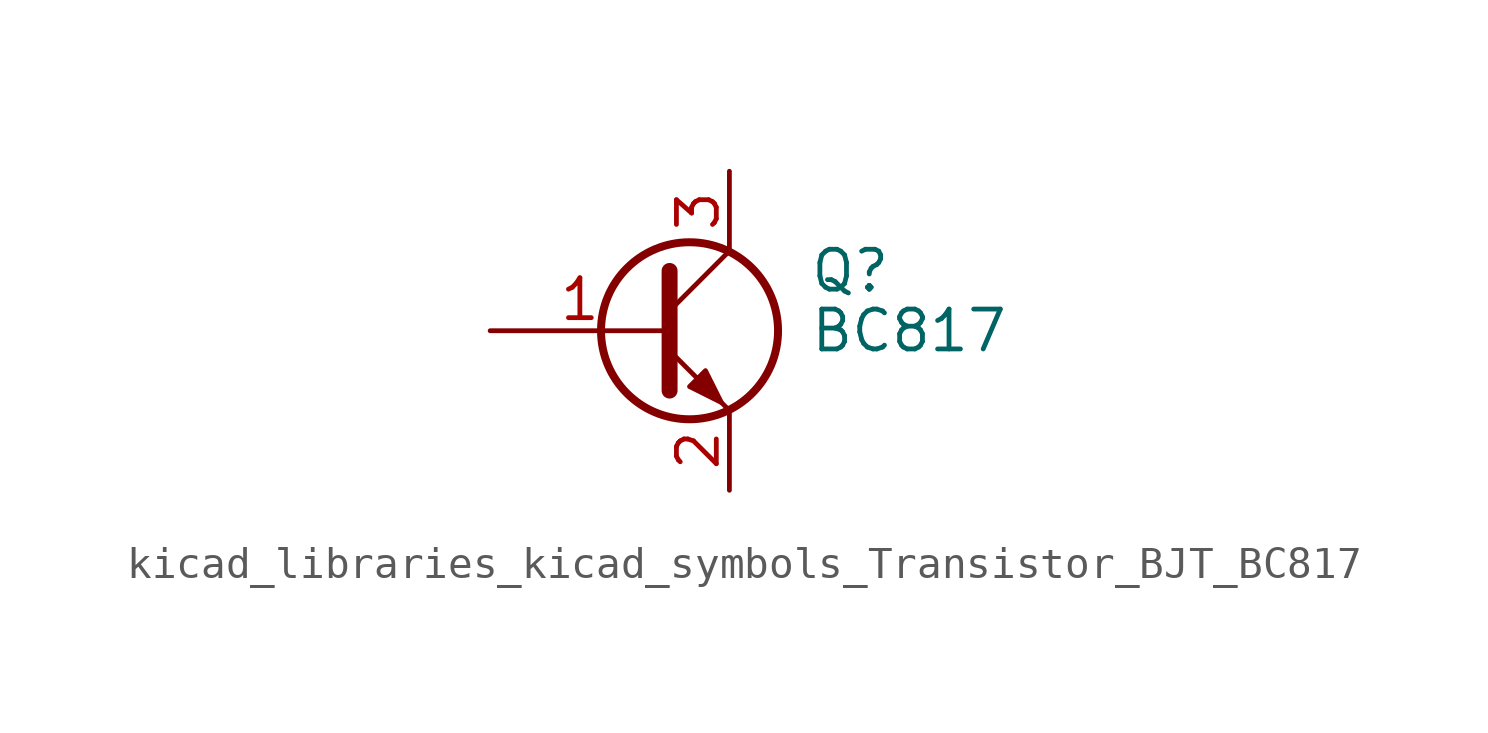
<source format=kicad_sym>
(kicad_symbol_lib
  (version 20220914)
  (generator kicad_symbol_editor)
  (symbol "kicad_libraries_kicad_symbols_Transistor_BJT_BC817"
    (pin_names
      (offset 0) hide)
    (property "Reference" "Q"
      (at 5.08 1.905 0)
      (effects (font (size 1.27 1.27)) (justify left)))
    (property "Value" "BC817"
      (at 5.08 0 0)
      (effects (font (size 1.27 1.27)) (justify left)))
    (symbol "kicad_libraries_kicad_symbols_Transistor_BJT_BC817_0_1"
      (polyline (pts (xy 0.635 0.635) (xy 2.54 2.54)) (stroke (width 0) (type default)) (fill (type none)))
      (polyline (pts (xy 0.635 -0.635) (xy 2.54 -2.54) (xy 2.54 -2.54)) (stroke (width 0) (type default)) (fill (type none)))
      (polyline (pts (xy 0.635 1.905) (xy 0.635 -1.905) (xy 0.635 -1.905)) (stroke (width 0.508) (type default)) (fill (type none)))
      (polyline (pts (xy 1.27 -1.778) (xy 1.778 -1.27) (xy 2.286 -2.286) (xy 1.27 -1.778) (xy 1.27 -1.778)) (stroke (width 0) (type default)) (fill (type outline)))
      (circle (center 1.27 0) (radius 2.819) (stroke (width 0.254) (type default)) (fill (type none))))
    (symbol "kicad_libraries_kicad_symbols_Transistor_BJT_BC817_1_1"
      (pin input line (at -5.08 0 0) (length 5.715) (name "B" (effects (font (size 1.27 1.27)))) (number "1" (effects (font (size 1.27 1.27)))))
      (pin passive line (at 2.54 -5.08 90) (length 2.54) (name "E" (effects (font (size 1.27 1.27)))) (number "2" (effects (font (size 1.27 1.27)))))
      (pin passive line (at 2.54 5.08 270) (length 2.54) (name "C" (effects (font (size 1.27 1.27)))) (number "3" (effects (font (size 1.27 1.27))))))))
</source>
